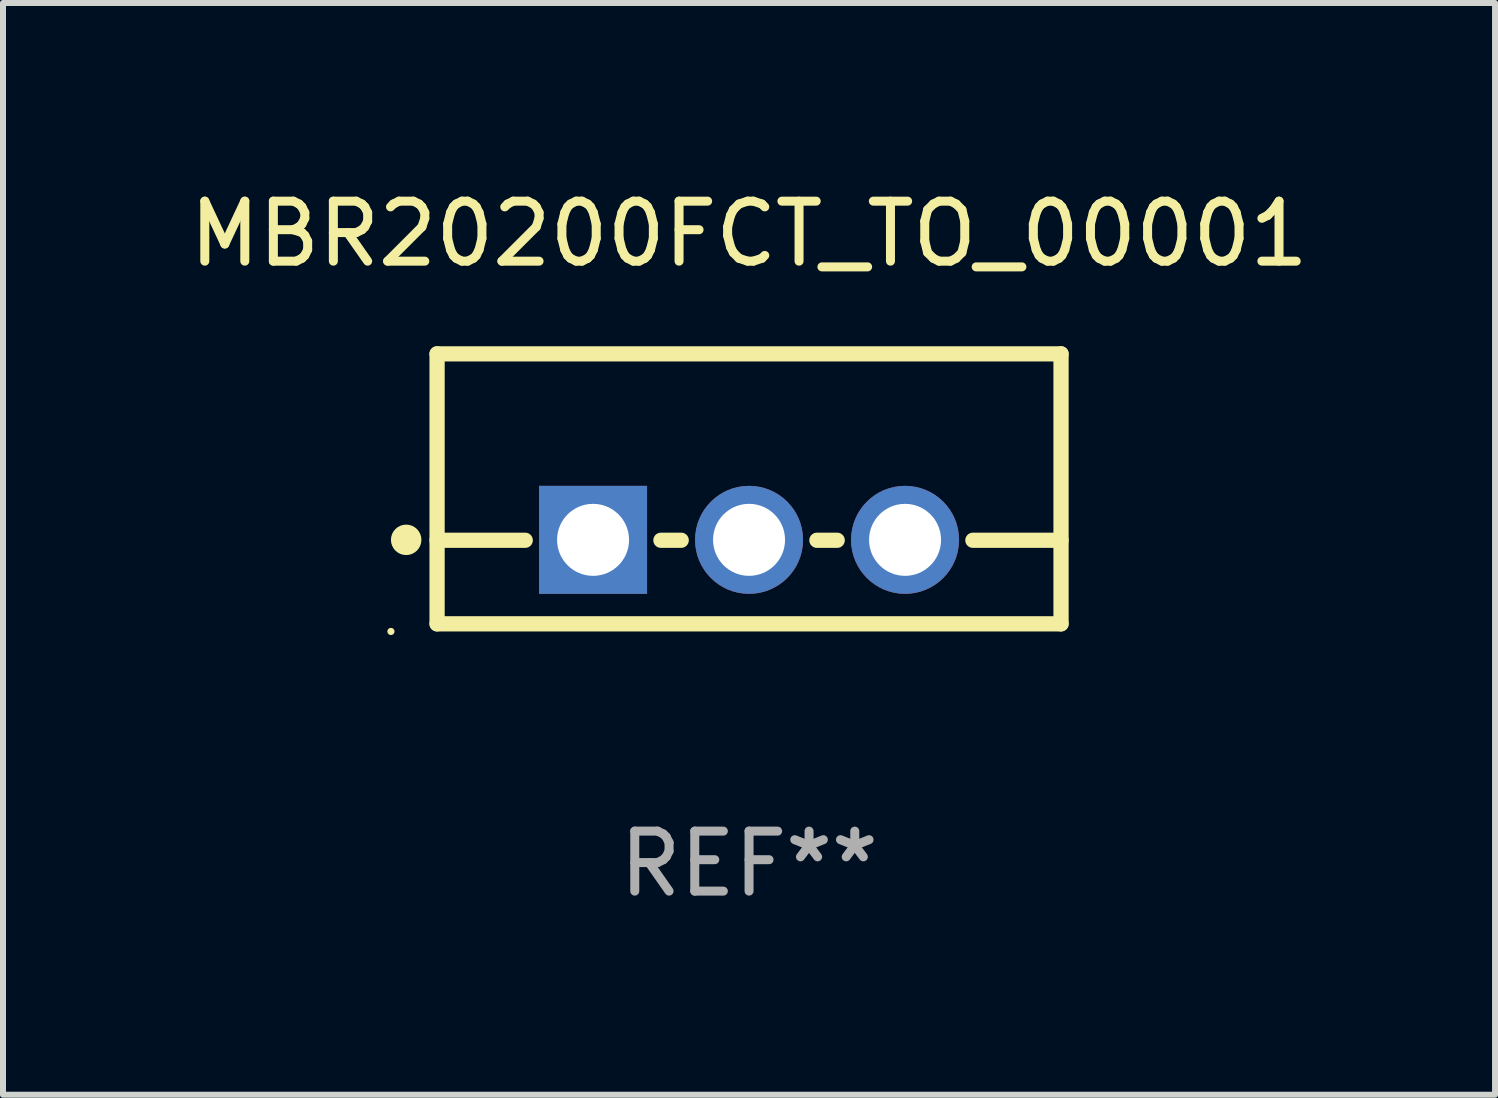
<source format=kicad_pcb>
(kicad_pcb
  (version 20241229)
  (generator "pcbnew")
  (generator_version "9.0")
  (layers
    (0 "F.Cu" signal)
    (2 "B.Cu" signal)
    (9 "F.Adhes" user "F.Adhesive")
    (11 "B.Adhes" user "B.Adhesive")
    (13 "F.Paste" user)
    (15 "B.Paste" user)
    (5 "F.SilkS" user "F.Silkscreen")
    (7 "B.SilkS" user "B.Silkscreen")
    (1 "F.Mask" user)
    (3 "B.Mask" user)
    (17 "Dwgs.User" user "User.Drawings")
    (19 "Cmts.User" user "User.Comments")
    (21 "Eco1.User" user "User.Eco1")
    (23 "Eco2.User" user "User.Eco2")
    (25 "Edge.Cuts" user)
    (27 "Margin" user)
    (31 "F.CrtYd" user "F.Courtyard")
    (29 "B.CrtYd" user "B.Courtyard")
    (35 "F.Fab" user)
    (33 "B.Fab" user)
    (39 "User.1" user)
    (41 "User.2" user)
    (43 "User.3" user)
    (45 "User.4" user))
  (footprint "MBR20200FCT_TO_00001"
    (layer "F.Cu")
    (at 9.435 5.098)
    (property "Reference" "MBR20200FCT_TO_00001" (at 0 -4.25 0) (layer "F.SilkS") (effects (font (size 1 1) (thickness 0.15))))
    (attr through_hole)
    (fp_line (start -5.2 -2.25) (end -5.2 2.25) (stroke (width 0.254) (type solid)) (layer "F.SilkS"))
    (fp_line (start -5.2 -2.25) (end 5.2 -2.25) (stroke (width 0.254) (type solid)) (layer "F.SilkS"))
    (fp_line (start -5.2 0.857) (end -3.731 0.857) (stroke (width 0.254) (type solid)) (layer "F.SilkS"))
    (fp_line (start -5.2 2.25) (end 5.2 2.25) (stroke (width 0.254) (type solid)) (layer "F.SilkS"))
    (fp_line (start -1.469 0.857) (end -1.131 0.857) (stroke (width 0.254) (type solid)) (layer "F.SilkS"))
    (fp_line (start 1.131 0.857) (end 1.469 0.857) (stroke (width 0.254) (type solid)) (layer "F.SilkS"))
    (fp_line (start 3.731 0.857) (end 5.2 0.857) (stroke (width 0.254) (type solid)) (layer "F.SilkS"))
    (fp_line (start 5.2 -2.25) (end 5.2 2.25) (stroke (width 0.254) (type solid)) (layer "F.SilkS"))
    (fp_circle (center -5.969 2.377) (end -5.939 2.377) (stroke (width 0.06) (type solid)) (fill no) (layer "F.SilkS"))
    (fp_circle (center -5.715 0.85) (end -5.588 0.85) (stroke (width 0.254) (type solid)) (fill no) (layer "F.SilkS"))
    (fp_text user "REF**" (at 0 6.25 0) (layer "F.Fab") (effects (font (size 1 1) (thickness 0.15))))
    (pad "1" thru_hole rect (at -2.6 0.85) (size 1.8 1.8) (drill 1.2) (layers "*.Cu" "*.Mask"))
    (pad "2" thru_hole circle (at 0 0.85) (size 1.8 1.8) (drill 1.2) (layers "*.Cu" "*.Mask"))
    (pad "3" thru_hole circle (at 2.6 0.85) (size 1.8 1.8) (drill 1.2) (layers "*.Cu" "*.Mask")))
  (gr_rect
    (start -3 -3)
    (end 21.869 15.197)
    (stroke (width 0.1) (type default))
    (fill no)
    (layer "Edge.Cuts")))
</source>
